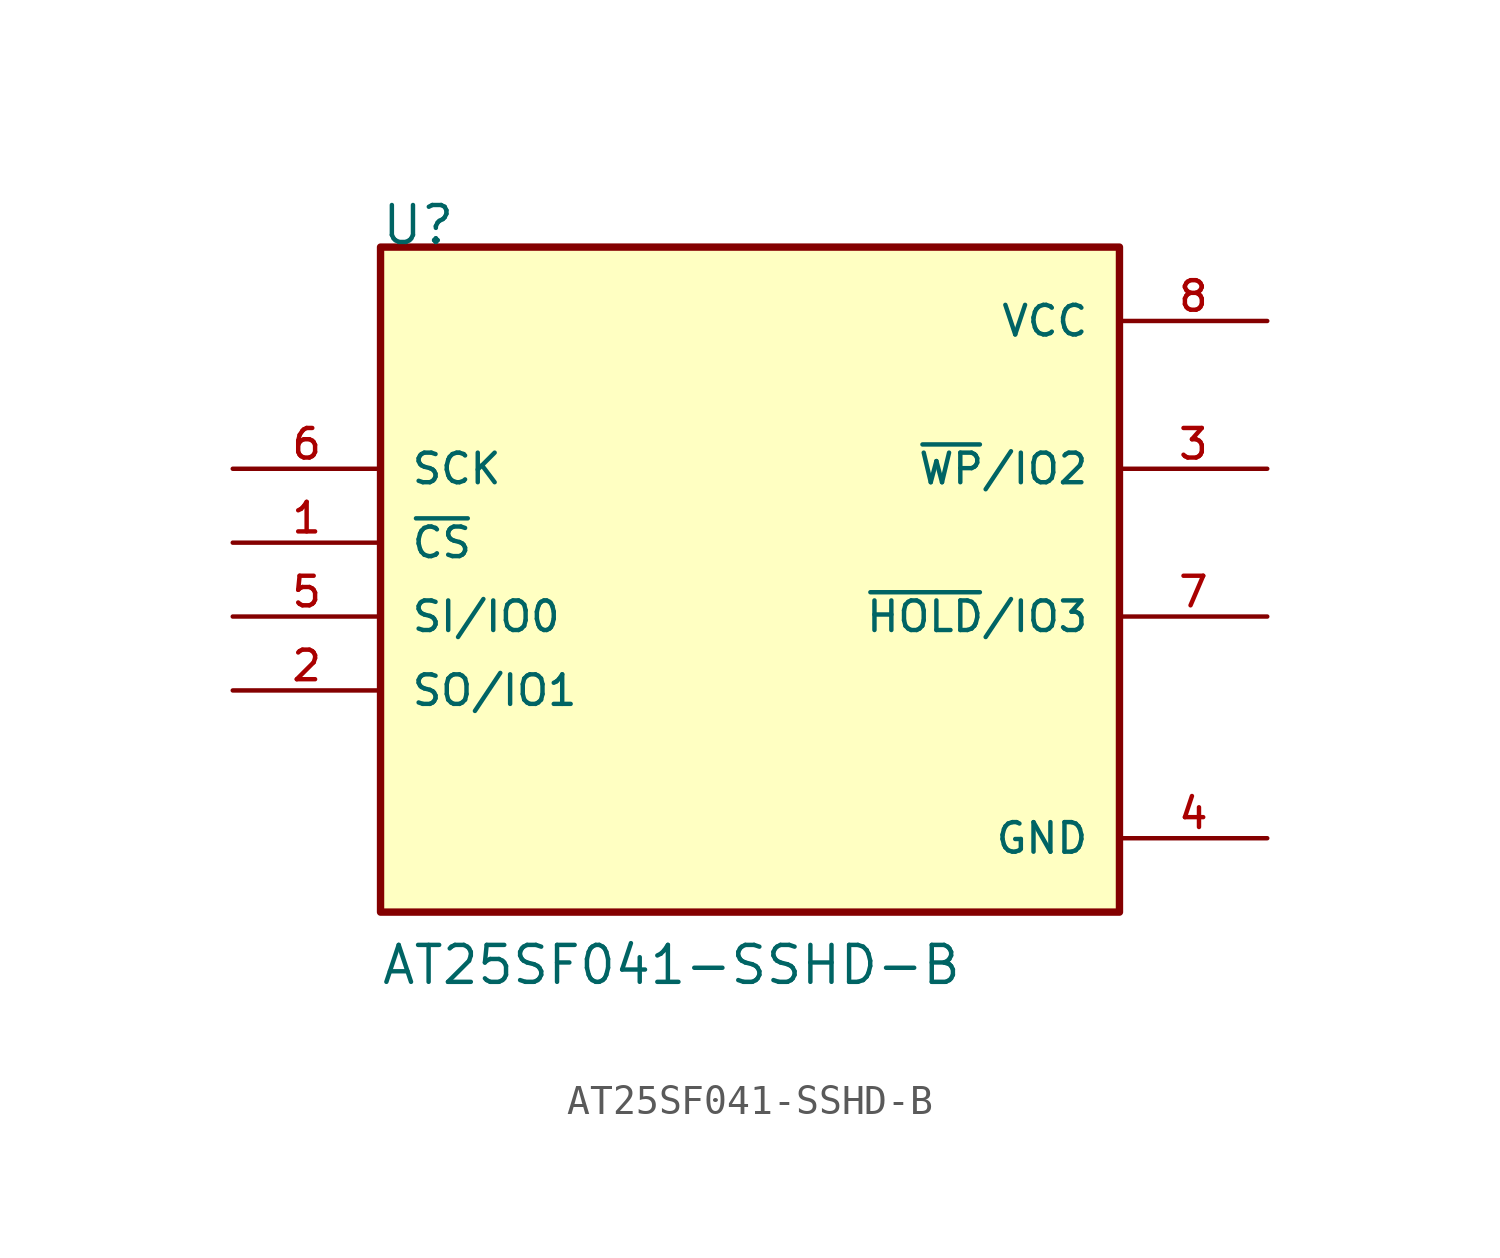
<source format=kicad_sym>
(kicad_symbol_lib
  (version 20211014)
  (generator kicad_symbol_editor)
  (symbol "AT25SF041-SSHD-B"
    (pin_names
      (offset 1.016))
    (property "Reference" "U"
      (at -12.713 12.713 0)
      (effects (font (size 1.27 1.27)) (justify bottom left)))
    (property "Value" "AT25SF041-SSHD-B"
      (at -12.72 -12.72 0)
      (effects (font (size 1.27 1.27)) (justify bottom left)))
    (symbol "AT25SF041-SSHD-B_0_0"
      (rectangle (start -12.7 -10.16) (end 12.7 12.7) (stroke (width 0.254)) (fill (type background)))
      (pin input line (at -17.78 2.54 0) (length 5.08) (name "~{CS}" (effects (font (size 1.016 1.016)))) (number "1" (effects (font (size 1.016 1.016)))))
      (pin bidirectional line (at -17.78 -2.54 0) (length 5.08) (name "SO/IO1" (effects (font (size 1.016 1.016)))) (number "2" (effects (font (size 1.016 1.016)))))
      (pin bidirectional line (at 17.78 5.08 180.0) (length 5.08) (name "~{WP}/IO2" (effects (font (size 1.016 1.016)))) (number "3" (effects (font (size 1.016 1.016)))))
      (pin power_in line (at 17.78 -7.62 180.0) (length 5.08) (name "GND" (effects (font (size 1.016 1.016)))) (number "4" (effects (font (size 1.016 1.016)))))
      (pin bidirectional line (at -17.78 0.0 0) (length 5.08) (name "SI/IO0" (effects (font (size 1.016 1.016)))) (number "5" (effects (font (size 1.016 1.016)))))
      (pin input line (at -17.78 5.08 0) (length 5.08) (name "SCK" (effects (font (size 1.016 1.016)))) (number "6" (effects (font (size 1.016 1.016)))))
      (pin bidirectional line (at 17.78 0.0 180.0) (length 5.08) (name "~{HOLD}/IO3" (effects (font (size 1.016 1.016)))) (number "7" (effects (font (size 1.016 1.016)))))
      (pin power_in line (at 17.78 10.16 180.0) (length 5.08) (name "VCC" (effects (font (size 1.016 1.016)))) (number "8" (effects (font (size 1.016 1.016))))))))
</source>
